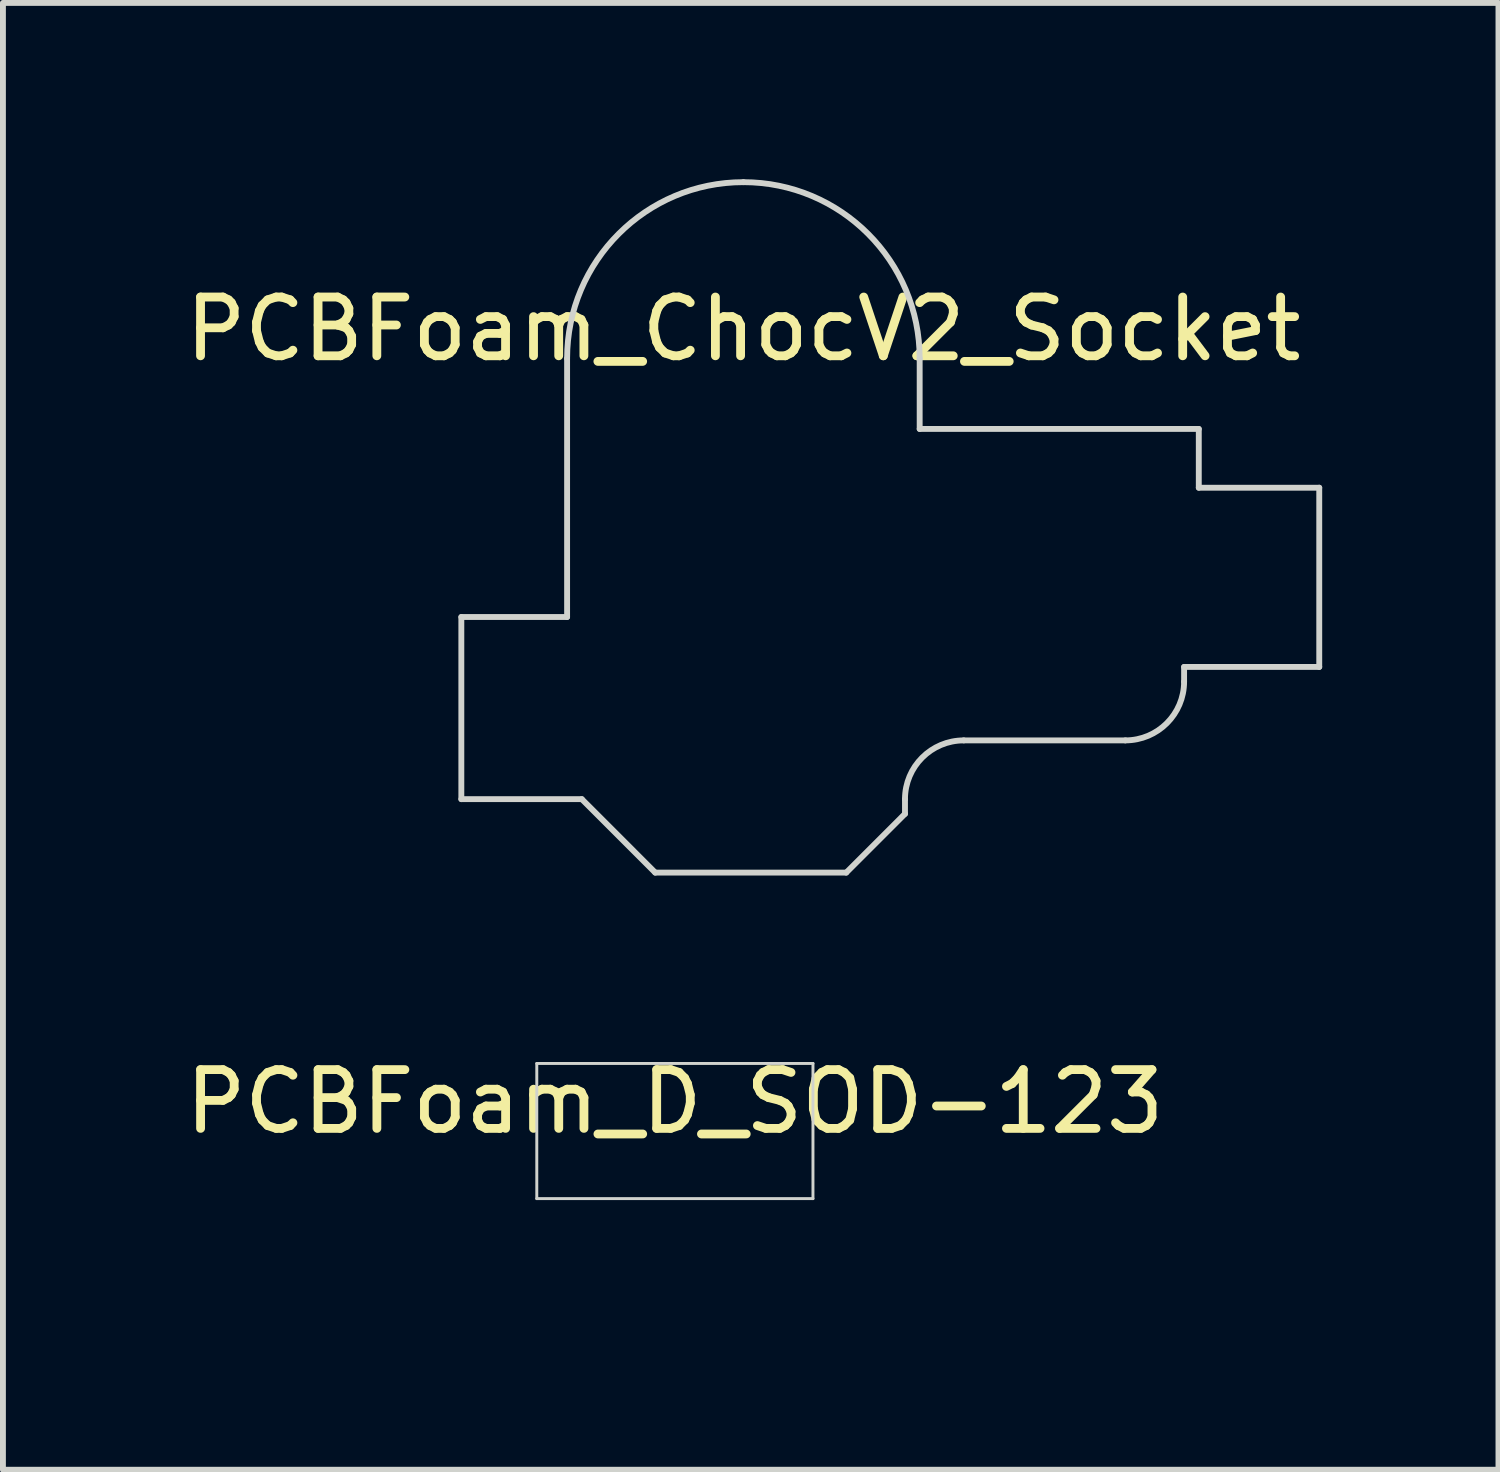
<source format=kicad_pcb>
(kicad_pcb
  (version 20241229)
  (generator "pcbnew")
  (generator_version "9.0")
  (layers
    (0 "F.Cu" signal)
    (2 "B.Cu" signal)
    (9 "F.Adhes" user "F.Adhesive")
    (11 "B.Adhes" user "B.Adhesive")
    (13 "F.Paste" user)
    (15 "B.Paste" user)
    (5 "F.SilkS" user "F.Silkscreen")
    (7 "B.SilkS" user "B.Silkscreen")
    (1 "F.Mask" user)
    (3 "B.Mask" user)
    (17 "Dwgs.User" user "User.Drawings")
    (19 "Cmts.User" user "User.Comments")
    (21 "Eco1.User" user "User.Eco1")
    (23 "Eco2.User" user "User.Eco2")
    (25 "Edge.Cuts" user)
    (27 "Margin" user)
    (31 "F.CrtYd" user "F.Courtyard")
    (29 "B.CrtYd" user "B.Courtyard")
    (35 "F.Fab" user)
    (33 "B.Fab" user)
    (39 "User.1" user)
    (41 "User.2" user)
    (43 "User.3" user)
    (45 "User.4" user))
  (footprint "PCBFoam_ChocV2_Socket"
    (layer "F.Cu")
    (at 9.601 3.05)
    (property "Reference" "PCBFoam_ChocV2_Socket" (at 0 -0.5 0) (unlocked yes) (layer "F.SilkS") (effects (font (size 1 1) (thickness 0.15))))
    (attr smd)
    (fp_line (start -4.8 4.4) (end -3 4.4) (stroke (width 0.1) (type default)) (layer "Edge.Cuts"))
    (fp_line (start -4.8 7.5) (end -4.8 4.4) (stroke (width 0.1) (type default)) (layer "Edge.Cuts"))
    (fp_line (start -3 4.4) (end -3 0) (stroke (width 0.1) (type default)) (layer "Edge.Cuts"))
    (fp_line (start -2.75 7.5) (end -4.8 7.5) (stroke (width 0.1) (type default)) (layer "Edge.Cuts"))
    (fp_line (start -1.5 8.75) (end -2.75 7.5) (stroke (width 0.1) (type default)) (layer "Edge.Cuts"))
    (fp_line (start 1.75 8.75) (end -1.5 8.75) (stroke (width 0.1) (type default)) (layer "Edge.Cuts"))
    (fp_line (start 2.75 7.75) (end 1.75 8.75) (stroke (width 0.1) (type default)) (layer "Edge.Cuts"))
    (fp_line (start 2.75 7.75) (end 2.75 7.5) (stroke (width 0.1) (type default)) (layer "Edge.Cuts"))
    (fp_line (start 3 0) (end 3 1.2) (stroke (width 0.1) (type default)) (layer "Edge.Cuts"))
    (fp_line (start 3 1.2) (end 7.75 1.2) (stroke (width 0.1) (type default)) (layer "Edge.Cuts"))
    (fp_line (start 6.5 6.5) (end 3.75 6.5) (stroke (width 0.1) (type default)) (layer "Edge.Cuts"))
    (fp_line (start 7.5 5.25) (end 7.5 5.5) (stroke (width 0.1) (type default)) (layer "Edge.Cuts"))
    (fp_line (start 7.75 1.2) (end 7.75 2.2) (stroke (width 0.1) (type default)) (layer "Edge.Cuts"))
    (fp_line (start 7.75 2.2) (end 9.8 2.2) (stroke (width 0.1) (type default)) (layer "Edge.Cuts"))
    (fp_line (start 9.8 2.2) (end 9.8 5.25) (stroke (width 0.1) (type default)) (layer "Edge.Cuts"))
    (fp_line (start 9.8 5.25) (end 7.5 5.25) (stroke (width 0.1) (type default)) (layer "Edge.Cuts"))
    (fp_arc (start -3 0) (mid -2.12132 -2.12132) (end 0 -3) (stroke (width 0.1) (type default)) (layer "Edge.Cuts"))
    (fp_arc (start 0 -3) (mid 2.12132 -2.12132) (end 3 0) (stroke (width 0.1) (type default)) (layer "Edge.Cuts"))
    (fp_arc (start 2.75 7.5) (mid 3.042893 6.792893) (end 3.75 6.5) (stroke (width 0.1) (type default)) (layer "Edge.Cuts"))
    (fp_arc (start 7.5 5.5) (mid 7.207107 6.207107) (end 6.5 6.5) (stroke (width 0.1) (type default)) (layer "Edge.Cuts"))
    (fp_text user "" (at 0 2.5 0) (unlocked yes) (layer "F.Fab") (effects (font (size 1 1) (thickness 0.15)))))
  (footprint "PCBFoam_D_SOD-123"
    (layer "F.Cu")
    (at 8.435 16.198)
    (property "Reference" "PCBFoam_D_SOD-123" (at 0 -0.5 0) (unlocked yes) (layer "F.SilkS") (effects (font (size 1 1) (thickness 0.15))))
    (attr smd)
    (fp_line (start -2.35 -1.15) (end -2.35 1.15) (stroke (width 0.05) (type solid)) (layer "Edge.Cuts"))
    (fp_line (start -2.35 -1.15) (end 2.35 -1.15) (stroke (width 0.05) (type solid)) (layer "Edge.Cuts"))
    (fp_line (start 2.35 -1.15) (end 2.35 1.15) (stroke (width 0.05) (type solid)) (layer "Edge.Cuts"))
    (fp_line (start 2.35 1.15) (end -2.35 1.15) (stroke (width 0.05) (type solid)) (layer "Edge.Cuts"))
    (fp_text user "" (at 0 2.5 0) (unlocked yes) (layer "F.Fab") (effects (font (size 1 1) (thickness 0.15)))))
  (gr_rect
    (start -3 -3)
    (end 22.451 21.962)
    (stroke (width 0.1) (type default))
    (fill no)
    (layer "Edge.Cuts")))
</source>
